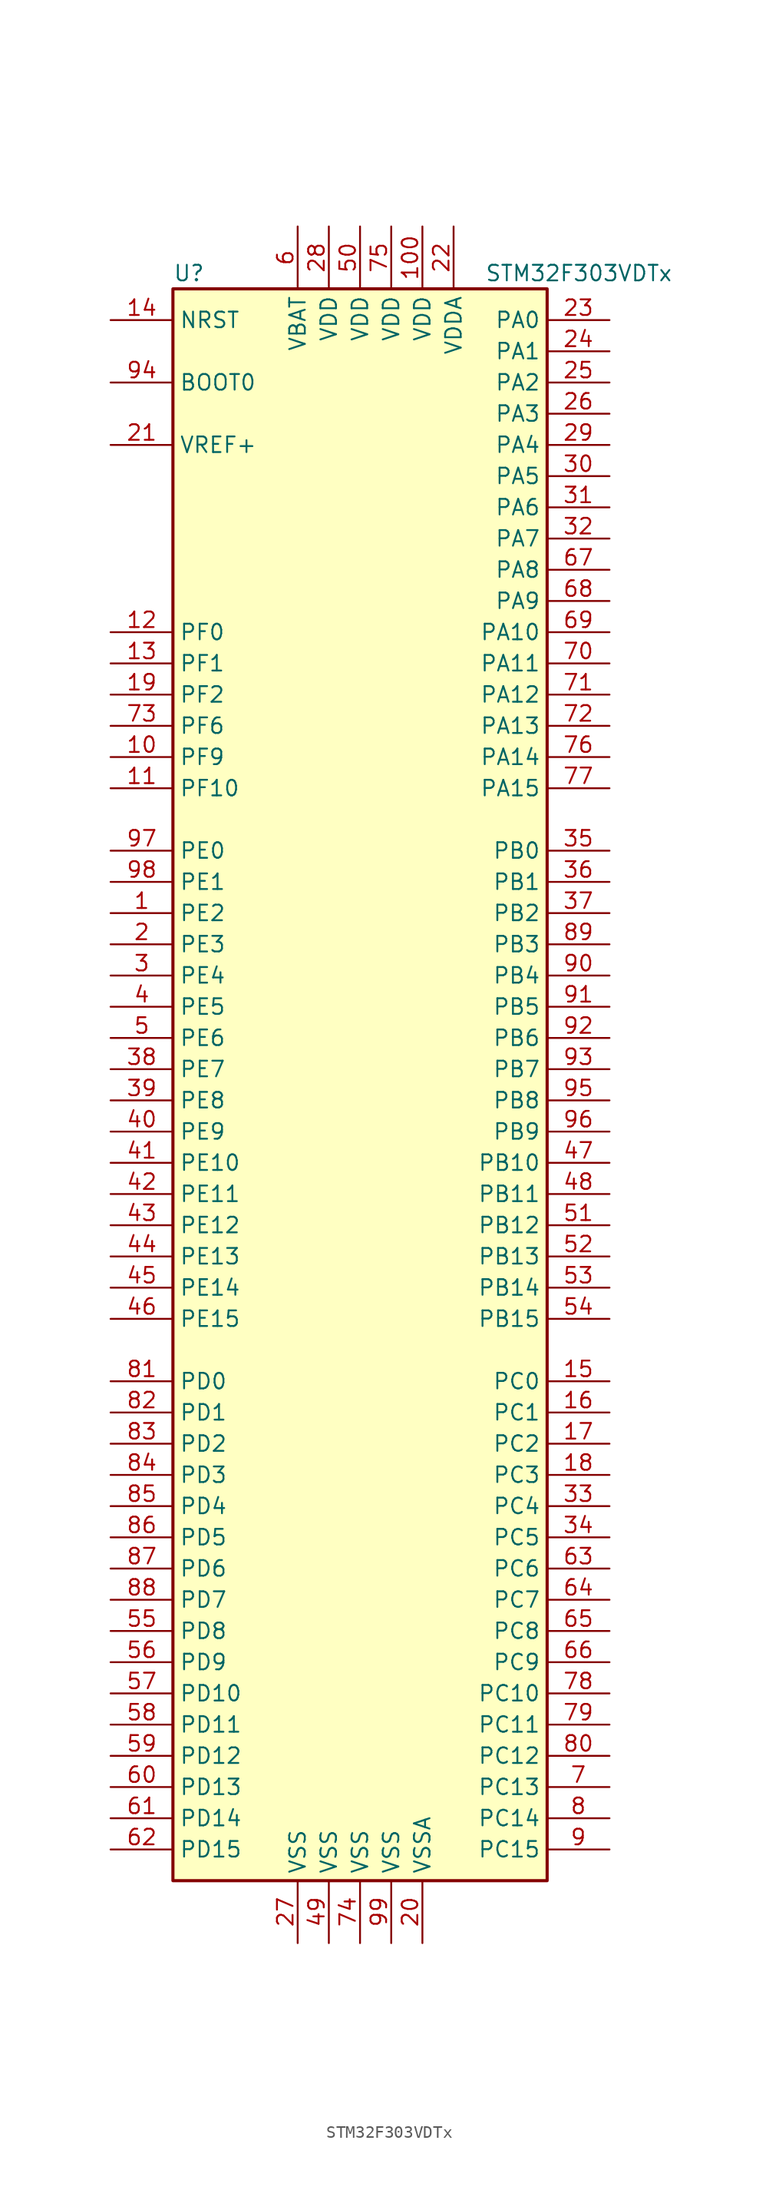
<source format=kicad_sym>
(kicad_symbol_lib
  (version 20201005)
  (generator kicad_symbol_editor)
  (symbol "MCU_ST_STM32F3:STM32F303VDTx"
    (property "Reference" "U"
      (at -15.24 64.77 0)
      (effects (font (size 1.27 1.27)) (justify left)))
    (property "Value" "STM32F303VDTx"
      (at 10.16 64.77 0)
      (effects (font (size 1.27 1.27)) (justify left)))
    (symbol "STM32F303VDTx_0_1"
      (rectangle (start -15.24 -66.04) (end 15.24 63.5) (stroke (width 0.254)) (fill (type background))))
    (symbol "STM32F303VDTx_1_1"
      (pin input line (at -20.32 55.88 0) (length 5.08) (name "BOOT0" (effects (font (size 1.27 1.27)))) (number "94" (effects (font (size 1.27 1.27)))))
      (pin input line (at -20.32 60.96 0) (length 5.08) (name "NRST" (effects (font (size 1.27 1.27)))) (number "14" (effects (font (size 1.27 1.27)))))
      (pin bidirectional line (at 20.32 60.96 180) (length 5.08) (name "PA0" (effects (font (size 1.27 1.27)))) (number "23" (effects (font (size 1.27 1.27)))))
      (pin bidirectional line (at 20.32 58.42 180) (length 5.08) (name "PA1" (effects (font (size 1.27 1.27)))) (number "24" (effects (font (size 1.27 1.27)))))
      (pin bidirectional line (at 20.32 35.56 180) (length 5.08) (name "PA10" (effects (font (size 1.27 1.27)))) (number "69" (effects (font (size 1.27 1.27)))))
      (pin bidirectional line (at 20.32 33.02 180) (length 5.08) (name "PA11" (effects (font (size 1.27 1.27)))) (number "70" (effects (font (size 1.27 1.27)))))
      (pin bidirectional line (at 20.32 30.48 180) (length 5.08) (name "PA12" (effects (font (size 1.27 1.27)))) (number "71" (effects (font (size 1.27 1.27)))))
      (pin bidirectional line (at 20.32 27.94 180) (length 5.08) (name "PA13" (effects (font (size 1.27 1.27)))) (number "72" (effects (font (size 1.27 1.27)))))
      (pin bidirectional line (at 20.32 25.4 180) (length 5.08) (name "PA14" (effects (font (size 1.27 1.27)))) (number "76" (effects (font (size 1.27 1.27)))))
      (pin bidirectional line (at 20.32 22.86 180) (length 5.08) (name "PA15" (effects (font (size 1.27 1.27)))) (number "77" (effects (font (size 1.27 1.27)))))
      (pin bidirectional line (at 20.32 55.88 180) (length 5.08) (name "PA2" (effects (font (size 1.27 1.27)))) (number "25" (effects (font (size 1.27 1.27)))))
      (pin bidirectional line (at 20.32 53.34 180) (length 5.08) (name "PA3" (effects (font (size 1.27 1.27)))) (number "26" (effects (font (size 1.27 1.27)))))
      (pin bidirectional line (at 20.32 50.8 180) (length 5.08) (name "PA4" (effects (font (size 1.27 1.27)))) (number "29" (effects (font (size 1.27 1.27)))))
      (pin bidirectional line (at 20.32 48.26 180) (length 5.08) (name "PA5" (effects (font (size 1.27 1.27)))) (number "30" (effects (font (size 1.27 1.27)))))
      (pin bidirectional line (at 20.32 45.72 180) (length 5.08) (name "PA6" (effects (font (size 1.27 1.27)))) (number "31" (effects (font (size 1.27 1.27)))))
      (pin bidirectional line (at 20.32 43.18 180) (length 5.08) (name "PA7" (effects (font (size 1.27 1.27)))) (number "32" (effects (font (size 1.27 1.27)))))
      (pin bidirectional line (at 20.32 40.64 180) (length 5.08) (name "PA8" (effects (font (size 1.27 1.27)))) (number "67" (effects (font (size 1.27 1.27)))))
      (pin bidirectional line (at 20.32 38.1 180) (length 5.08) (name "PA9" (effects (font (size 1.27 1.27)))) (number "68" (effects (font (size 1.27 1.27)))))
      (pin bidirectional line (at 20.32 17.78 180) (length 5.08) (name "PB0" (effects (font (size 1.27 1.27)))) (number "35" (effects (font (size 1.27 1.27)))))
      (pin bidirectional line (at 20.32 15.24 180) (length 5.08) (name "PB1" (effects (font (size 1.27 1.27)))) (number "36" (effects (font (size 1.27 1.27)))))
      (pin bidirectional line (at 20.32 -7.62 180) (length 5.08) (name "PB10" (effects (font (size 1.27 1.27)))) (number "47" (effects (font (size 1.27 1.27)))))
      (pin bidirectional line (at 20.32 -10.16 180) (length 5.08) (name "PB11" (effects (font (size 1.27 1.27)))) (number "48" (effects (font (size 1.27 1.27)))))
      (pin bidirectional line (at 20.32 -12.7 180) (length 5.08) (name "PB12" (effects (font (size 1.27 1.27)))) (number "51" (effects (font (size 1.27 1.27)))))
      (pin bidirectional line (at 20.32 -15.24 180) (length 5.08) (name "PB13" (effects (font (size 1.27 1.27)))) (number "52" (effects (font (size 1.27 1.27)))))
      (pin bidirectional line (at 20.32 -17.78 180) (length 5.08) (name "PB14" (effects (font (size 1.27 1.27)))) (number "53" (effects (font (size 1.27 1.27)))))
      (pin bidirectional line (at 20.32 -20.32 180) (length 5.08) (name "PB15" (effects (font (size 1.27 1.27)))) (number "54" (effects (font (size 1.27 1.27)))))
      (pin bidirectional line (at 20.32 12.7 180) (length 5.08) (name "PB2" (effects (font (size 1.27 1.27)))) (number "37" (effects (font (size 1.27 1.27)))))
      (pin bidirectional line (at 20.32 10.16 180) (length 5.08) (name "PB3" (effects (font (size 1.27 1.27)))) (number "89" (effects (font (size 1.27 1.27)))))
      (pin bidirectional line (at 20.32 7.62 180) (length 5.08) (name "PB4" (effects (font (size 1.27 1.27)))) (number "90" (effects (font (size 1.27 1.27)))))
      (pin bidirectional line (at 20.32 5.08 180) (length 5.08) (name "PB5" (effects (font (size 1.27 1.27)))) (number "91" (effects (font (size 1.27 1.27)))))
      (pin bidirectional line (at 20.32 2.54 180) (length 5.08) (name "PB6" (effects (font (size 1.27 1.27)))) (number "92" (effects (font (size 1.27 1.27)))))
      (pin bidirectional line (at 20.32 0 180) (length 5.08) (name "PB7" (effects (font (size 1.27 1.27)))) (number "93" (effects (font (size 1.27 1.27)))))
      (pin bidirectional line (at 20.32 -2.54 180) (length 5.08) (name "PB8" (effects (font (size 1.27 1.27)))) (number "95" (effects (font (size 1.27 1.27)))))
      (pin bidirectional line (at 20.32 -5.08 180) (length 5.08) (name "PB9" (effects (font (size 1.27 1.27)))) (number "96" (effects (font (size 1.27 1.27)))))
      (pin bidirectional line (at 20.32 -25.4 180) (length 5.08) (name "PC0" (effects (font (size 1.27 1.27)))) (number "15" (effects (font (size 1.27 1.27)))))
      (pin bidirectional line (at 20.32 -27.94 180) (length 5.08) (name "PC1" (effects (font (size 1.27 1.27)))) (number "16" (effects (font (size 1.27 1.27)))))
      (pin bidirectional line (at 20.32 -50.8 180) (length 5.08) (name "PC10" (effects (font (size 1.27 1.27)))) (number "78" (effects (font (size 1.27 1.27)))))
      (pin bidirectional line (at 20.32 -53.34 180) (length 5.08) (name "PC11" (effects (font (size 1.27 1.27)))) (number "79" (effects (font (size 1.27 1.27)))))
      (pin bidirectional line (at 20.32 -55.88 180) (length 5.08) (name "PC12" (effects (font (size 1.27 1.27)))) (number "80" (effects (font (size 1.27 1.27)))))
      (pin bidirectional line (at 20.32 -58.42 180) (length 5.08) (name "PC13" (effects (font (size 1.27 1.27)))) (number "7" (effects (font (size 1.27 1.27)))))
      (pin bidirectional line (at 20.32 -60.96 180) (length 5.08) (name "PC14" (effects (font (size 1.27 1.27)))) (number "8" (effects (font (size 1.27 1.27)))))
      (pin bidirectional line (at 20.32 -63.5 180) (length 5.08) (name "PC15" (effects (font (size 1.27 1.27)))) (number "9" (effects (font (size 1.27 1.27)))))
      (pin bidirectional line (at 20.32 -30.48 180) (length 5.08) (name "PC2" (effects (font (size 1.27 1.27)))) (number "17" (effects (font (size 1.27 1.27)))))
      (pin bidirectional line (at 20.32 -33.02 180) (length 5.08) (name "PC3" (effects (font (size 1.27 1.27)))) (number "18" (effects (font (size 1.27 1.27)))))
      (pin bidirectional line (at 20.32 -35.56 180) (length 5.08) (name "PC4" (effects (font (size 1.27 1.27)))) (number "33" (effects (font (size 1.27 1.27)))))
      (pin bidirectional line (at 20.32 -38.1 180) (length 5.08) (name "PC5" (effects (font (size 1.27 1.27)))) (number "34" (effects (font (size 1.27 1.27)))))
      (pin bidirectional line (at 20.32 -40.64 180) (length 5.08) (name "PC6" (effects (font (size 1.27 1.27)))) (number "63" (effects (font (size 1.27 1.27)))))
      (pin bidirectional line (at 20.32 -43.18 180) (length 5.08) (name "PC7" (effects (font (size 1.27 1.27)))) (number "64" (effects (font (size 1.27 1.27)))))
      (pin bidirectional line (at 20.32 -45.72 180) (length 5.08) (name "PC8" (effects (font (size 1.27 1.27)))) (number "65" (effects (font (size 1.27 1.27)))))
      (pin bidirectional line (at 20.32 -48.26 180) (length 5.08) (name "PC9" (effects (font (size 1.27 1.27)))) (number "66" (effects (font (size 1.27 1.27)))))
      (pin bidirectional line (at -20.32 -25.4 0) (length 5.08) (name "PD0" (effects (font (size 1.27 1.27)))) (number "81" (effects (font (size 1.27 1.27)))))
      (pin bidirectional line (at -20.32 -27.94 0) (length 5.08) (name "PD1" (effects (font (size 1.27 1.27)))) (number "82" (effects (font (size 1.27 1.27)))))
      (pin bidirectional line (at -20.32 -50.8 0) (length 5.08) (name "PD10" (effects (font (size 1.27 1.27)))) (number "57" (effects (font (size 1.27 1.27)))))
      (pin bidirectional line (at -20.32 -53.34 0) (length 5.08) (name "PD11" (effects (font (size 1.27 1.27)))) (number "58" (effects (font (size 1.27 1.27)))))
      (pin bidirectional line (at -20.32 -55.88 0) (length 5.08) (name "PD12" (effects (font (size 1.27 1.27)))) (number "59" (effects (font (size 1.27 1.27)))))
      (pin bidirectional line (at -20.32 -58.42 0) (length 5.08) (name "PD13" (effects (font (size 1.27 1.27)))) (number "60" (effects (font (size 1.27 1.27)))))
      (pin bidirectional line (at -20.32 -60.96 0) (length 5.08) (name "PD14" (effects (font (size 1.27 1.27)))) (number "61" (effects (font (size 1.27 1.27)))))
      (pin bidirectional line (at -20.32 -63.5 0) (length 5.08) (name "PD15" (effects (font (size 1.27 1.27)))) (number "62" (effects (font (size 1.27 1.27)))))
      (pin bidirectional line (at -20.32 -30.48 0) (length 5.08) (name "PD2" (effects (font (size 1.27 1.27)))) (number "83" (effects (font (size 1.27 1.27)))))
      (pin bidirectional line (at -20.32 -33.02 0) (length 5.08) (name "PD3" (effects (font (size 1.27 1.27)))) (number "84" (effects (font (size 1.27 1.27)))))
      (pin bidirectional line (at -20.32 -35.56 0) (length 5.08) (name "PD4" (effects (font (size 1.27 1.27)))) (number "85" (effects (font (size 1.27 1.27)))))
      (pin bidirectional line (at -20.32 -38.1 0) (length 5.08) (name "PD5" (effects (font (size 1.27 1.27)))) (number "86" (effects (font (size 1.27 1.27)))))
      (pin bidirectional line (at -20.32 -40.64 0) (length 5.08) (name "PD6" (effects (font (size 1.27 1.27)))) (number "87" (effects (font (size 1.27 1.27)))))
      (pin bidirectional line (at -20.32 -43.18 0) (length 5.08) (name "PD7" (effects (font (size 1.27 1.27)))) (number "88" (effects (font (size 1.27 1.27)))))
      (pin bidirectional line (at -20.32 -45.72 0) (length 5.08) (name "PD8" (effects (font (size 1.27 1.27)))) (number "55" (effects (font (size 1.27 1.27)))))
      (pin bidirectional line (at -20.32 -48.26 0) (length 5.08) (name "PD9" (effects (font (size 1.27 1.27)))) (number "56" (effects (font (size 1.27 1.27)))))
      (pin bidirectional line (at -20.32 17.78 0) (length 5.08) (name "PE0" (effects (font (size 1.27 1.27)))) (number "97" (effects (font (size 1.27 1.27)))))
      (pin bidirectional line (at -20.32 15.24 0) (length 5.08) (name "PE1" (effects (font (size 1.27 1.27)))) (number "98" (effects (font (size 1.27 1.27)))))
      (pin bidirectional line (at -20.32 -7.62 0) (length 5.08) (name "PE10" (effects (font (size 1.27 1.27)))) (number "41" (effects (font (size 1.27 1.27)))))
      (pin bidirectional line (at -20.32 -10.16 0) (length 5.08) (name "PE11" (effects (font (size 1.27 1.27)))) (number "42" (effects (font (size 1.27 1.27)))))
      (pin bidirectional line (at -20.32 -12.7 0) (length 5.08) (name "PE12" (effects (font (size 1.27 1.27)))) (number "43" (effects (font (size 1.27 1.27)))))
      (pin bidirectional line (at -20.32 -15.24 0) (length 5.08) (name "PE13" (effects (font (size 1.27 1.27)))) (number "44" (effects (font (size 1.27 1.27)))))
      (pin bidirectional line (at -20.32 -17.78 0) (length 5.08) (name "PE14" (effects (font (size 1.27 1.27)))) (number "45" (effects (font (size 1.27 1.27)))))
      (pin bidirectional line (at -20.32 -20.32 0) (length 5.08) (name "PE15" (effects (font (size 1.27 1.27)))) (number "46" (effects (font (size 1.27 1.27)))))
      (pin bidirectional line (at -20.32 12.7 0) (length 5.08) (name "PE2" (effects (font (size 1.27 1.27)))) (number "1" (effects (font (size 1.27 1.27)))))
      (pin bidirectional line (at -20.32 10.16 0) (length 5.08) (name "PE3" (effects (font (size 1.27 1.27)))) (number "2" (effects (font (size 1.27 1.27)))))
      (pin bidirectional line (at -20.32 7.62 0) (length 5.08) (name "PE4" (effects (font (size 1.27 1.27)))) (number "3" (effects (font (size 1.27 1.27)))))
      (pin bidirectional line (at -20.32 5.08 0) (length 5.08) (name "PE5" (effects (font (size 1.27 1.27)))) (number "4" (effects (font (size 1.27 1.27)))))
      (pin bidirectional line (at -20.32 2.54 0) (length 5.08) (name "PE6" (effects (font (size 1.27 1.27)))) (number "5" (effects (font (size 1.27 1.27)))))
      (pin bidirectional line (at -20.32 0 0) (length 5.08) (name "PE7" (effects (font (size 1.27 1.27)))) (number "38" (effects (font (size 1.27 1.27)))))
      (pin bidirectional line (at -20.32 -2.54 0) (length 5.08) (name "PE8" (effects (font (size 1.27 1.27)))) (number "39" (effects (font (size 1.27 1.27)))))
      (pin bidirectional line (at -20.32 -5.08 0) (length 5.08) (name "PE9" (effects (font (size 1.27 1.27)))) (number "40" (effects (font (size 1.27 1.27)))))
      (pin input line (at -20.32 35.56 0) (length 5.08) (name "PF0" (effects (font (size 1.27 1.27)))) (number "12" (effects (font (size 1.27 1.27)))))
      (pin input line (at -20.32 33.02 0) (length 5.08) (name "PF1" (effects (font (size 1.27 1.27)))) (number "13" (effects (font (size 1.27 1.27)))))
      (pin bidirectional line (at -20.32 22.86 0) (length 5.08) (name "PF10" (effects (font (size 1.27 1.27)))) (number "11" (effects (font (size 1.27 1.27)))))
      (pin bidirectional line (at -20.32 30.48 0) (length 5.08) (name "PF2" (effects (font (size 1.27 1.27)))) (number "19" (effects (font (size 1.27 1.27)))))
      (pin bidirectional line (at -20.32 27.94 0) (length 5.08) (name "PF6" (effects (font (size 1.27 1.27)))) (number "73" (effects (font (size 1.27 1.27)))))
      (pin bidirectional line (at -20.32 25.4 0) (length 5.08) (name "PF9" (effects (font (size 1.27 1.27)))) (number "10" (effects (font (size 1.27 1.27)))))
      (pin power_in line (at -5.08 68.58 270) (length 5.08) (name "VBAT" (effects (font (size 1.27 1.27)))) (number "6" (effects (font (size 1.27 1.27)))))
      (pin power_in line (at 5.08 68.58 270) (length 5.08) (name "VDD" (effects (font (size 1.27 1.27)))) (number "100" (effects (font (size 1.27 1.27)))))
      (pin power_in line (at -2.54 68.58 270) (length 5.08) (name "VDD" (effects (font (size 1.27 1.27)))) (number "28" (effects (font (size 1.27 1.27)))))
      (pin power_in line (at 0 68.58 270) (length 5.08) (name "VDD" (effects (font (size 1.27 1.27)))) (number "50" (effects (font (size 1.27 1.27)))))
      (pin power_in line (at 2.54 68.58 270) (length 5.08) (name "VDD" (effects (font (size 1.27 1.27)))) (number "75" (effects (font (size 1.27 1.27)))))
      (pin power_in line (at 7.62 68.58 270) (length 5.08) (name "VDDA" (effects (font (size 1.27 1.27)))) (number "22" (effects (font (size 1.27 1.27)))))
      (pin power_in line (at -20.32 50.8 0) (length 5.08) (name "VREF+" (effects (font (size 1.27 1.27)))) (number "21" (effects (font (size 1.27 1.27)))))
      (pin power_in line (at -5.08 -71.12 90) (length 5.08) (name "VSS" (effects (font (size 1.27 1.27)))) (number "27" (effects (font (size 1.27 1.27)))))
      (pin power_in line (at -2.54 -71.12 90) (length 5.08) (name "VSS" (effects (font (size 1.27 1.27)))) (number "49" (effects (font (size 1.27 1.27)))))
      (pin power_in line (at 0 -71.12 90) (length 5.08) (name "VSS" (effects (font (size 1.27 1.27)))) (number "74" (effects (font (size 1.27 1.27)))))
      (pin power_in line (at 2.54 -71.12 90) (length 5.08) (name "VSS" (effects (font (size 1.27 1.27)))) (number "99" (effects (font (size 1.27 1.27)))))
      (pin power_in line (at 5.08 -71.12 90) (length 5.08) (name "VSSA" (effects (font (size 1.27 1.27)))) (number "20" (effects (font (size 1.27 1.27))))))))
</source>
